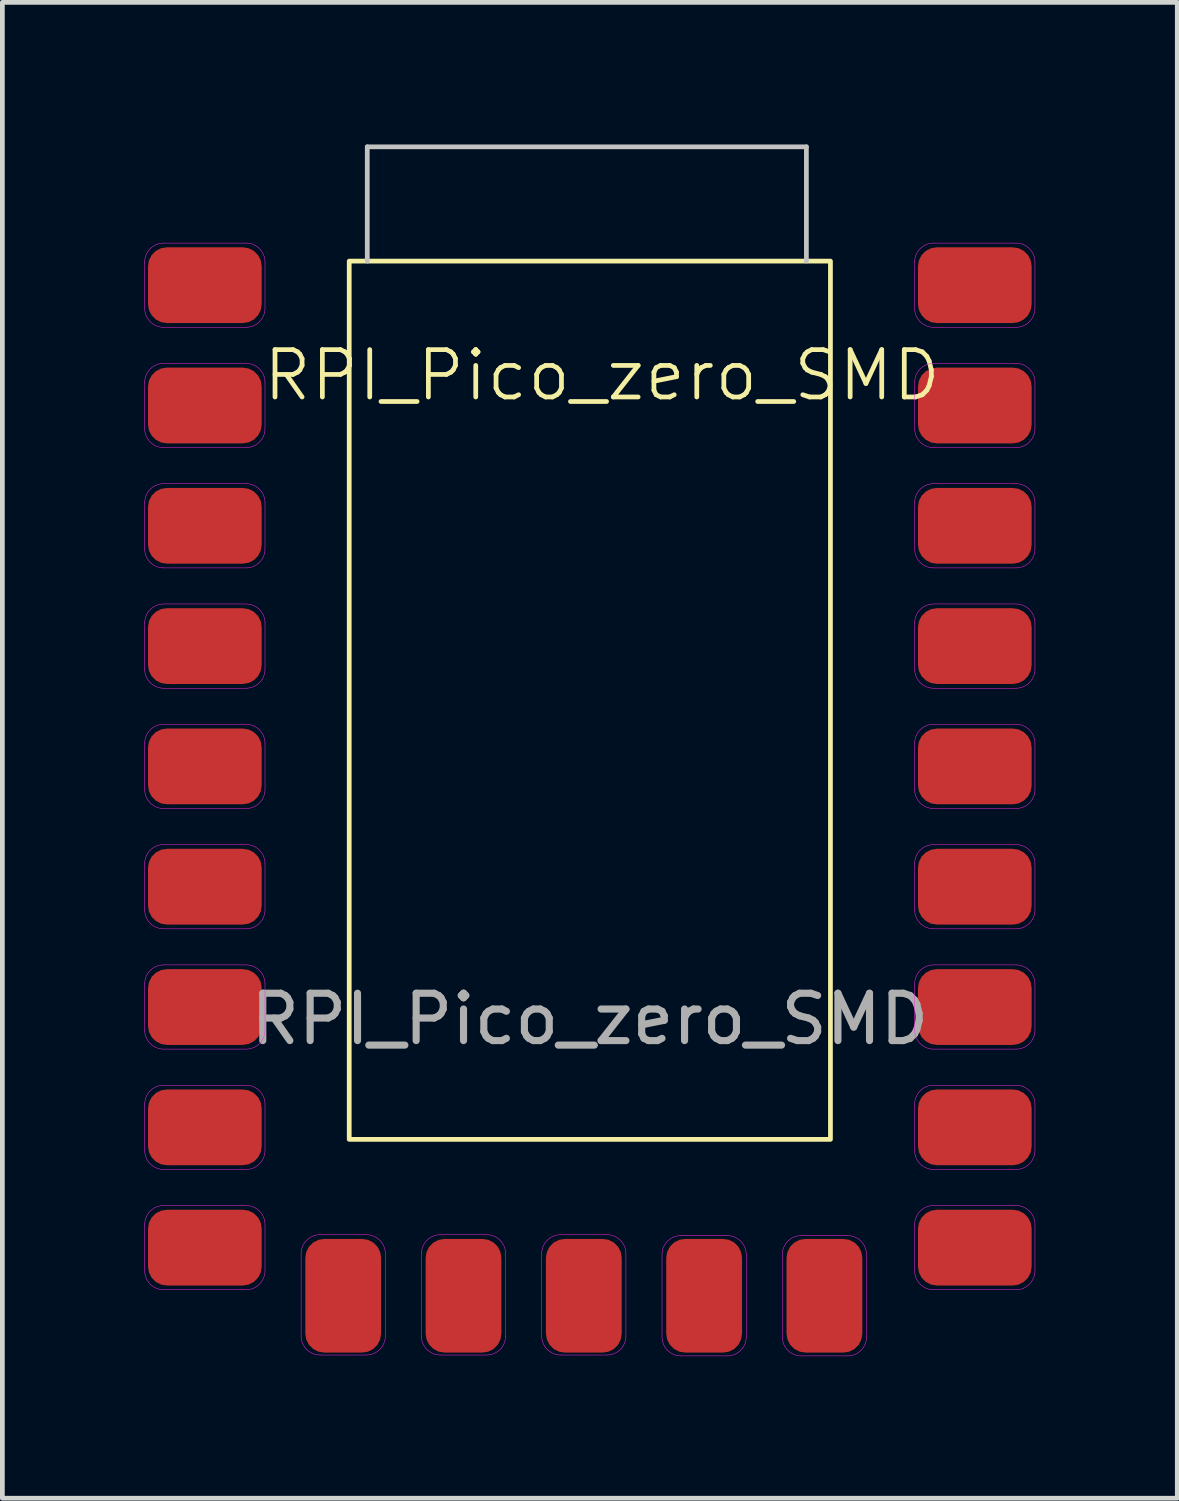
<source format=kicad_pcb>
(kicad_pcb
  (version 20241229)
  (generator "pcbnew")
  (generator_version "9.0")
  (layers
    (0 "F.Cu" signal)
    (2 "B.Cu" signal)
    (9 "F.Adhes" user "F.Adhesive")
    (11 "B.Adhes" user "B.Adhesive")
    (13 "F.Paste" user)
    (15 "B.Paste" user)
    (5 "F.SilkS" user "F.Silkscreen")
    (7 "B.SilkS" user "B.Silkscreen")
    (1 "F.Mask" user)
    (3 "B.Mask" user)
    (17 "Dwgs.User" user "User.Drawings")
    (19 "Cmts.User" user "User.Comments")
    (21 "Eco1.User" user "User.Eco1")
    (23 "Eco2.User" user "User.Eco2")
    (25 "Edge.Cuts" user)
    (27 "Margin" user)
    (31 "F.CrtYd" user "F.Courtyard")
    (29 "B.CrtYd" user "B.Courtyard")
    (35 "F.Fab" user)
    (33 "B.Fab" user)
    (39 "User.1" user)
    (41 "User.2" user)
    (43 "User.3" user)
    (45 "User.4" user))
  (footprint "RPI_Pico_zero_SMD"
    (layer "F.Cu")
    (at 9.403 13.385)
    (property "Reference" "RPI_Pico_zero_SMD" (at 0.258 -8.511 0) (unlocked yes) (layer "F.SilkS") (effects (font (size 1 1) (thickness 0.1))))
    (attr smd)
    (fp_rect (start -5.08 -10.922) (end 5.08 7.62) (stroke (width 0.1) (type default)) (fill no) (layer "F.SilkS"))
    (fp_line (start -4.699 -13.335) (end -4.699 -10.922) (stroke (width 0.1) (type default)) (layer "Dwgs.User"))
    (fp_line (start 4.572 -13.335) (end -4.699 -13.335) (stroke (width 0.1) (type default)) (layer "Dwgs.User"))
    (fp_line (start 4.572 -13.335) (end 4.572 -10.922) (stroke (width 0.1) (type default)) (layer "Dwgs.User"))
    (fp_line (start -9.398 -9.925) (end -9.398 -10.903) (stroke (width 0.01) (type default)) (layer "F.CrtYd"))
    (fp_line (start -9.398 -7.385) (end -9.398 -8.363) (stroke (width 0.01) (type default)) (layer "F.CrtYd"))
    (fp_line (start -9.398 -4.845) (end -9.398 -5.823) (stroke (width 0.01) (type default)) (layer "F.CrtYd"))
    (fp_line (start -9.398 -2.305) (end -9.398 -3.283) (stroke (width 0.01) (type default)) (layer "F.CrtYd"))
    (fp_line (start -9.398 0.235) (end -9.398 -0.743) (stroke (width 0.01) (type default)) (layer "F.CrtYd"))
    (fp_line (start -9.398 2.775) (end -9.398 1.797) (stroke (width 0.01) (type default)) (layer "F.CrtYd"))
    (fp_line (start -9.398 5.315) (end -9.398 4.337) (stroke (width 0.01) (type default)) (layer "F.CrtYd"))
    (fp_line (start -9.398 7.855) (end -9.398 6.877) (stroke (width 0.01) (type default)) (layer "F.CrtYd"))
    (fp_line (start -9.398 10.395) (end -9.398 9.417) (stroke (width 0.01) (type default)) (layer "F.CrtYd"))
    (fp_line (start -8.998 -11.303) (end -7.258 -11.303) (stroke (width 0.01) (type default)) (layer "F.CrtYd"))
    (fp_line (start -8.998 -8.763) (end -7.258 -8.763) (stroke (width 0.01) (type default)) (layer "F.CrtYd"))
    (fp_line (start -8.998 -6.223) (end -7.258 -6.223) (stroke (width 0.01) (type default)) (layer "F.CrtYd"))
    (fp_line (start -8.998 -3.683) (end -7.258 -3.683) (stroke (width 0.01) (type default)) (layer "F.CrtYd"))
    (fp_line (start -8.998 -1.143) (end -7.258 -1.143) (stroke (width 0.01) (type default)) (layer "F.CrtYd"))
    (fp_line (start -8.998 1.397) (end -7.258 1.397) (stroke (width 0.01) (type default)) (layer "F.CrtYd"))
    (fp_line (start -8.998 3.937) (end -7.258 3.937) (stroke (width 0.01) (type default)) (layer "F.CrtYd"))
    (fp_line (start -8.998 6.477) (end -7.258 6.477) (stroke (width 0.01) (type default)) (layer "F.CrtYd"))
    (fp_line (start -8.998 9.017) (end -7.258 9.017) (stroke (width 0.01) (type default)) (layer "F.CrtYd"))
    (fp_line (start -7.258 -9.525) (end -8.998 -9.525) (stroke (width 0.01) (type default)) (layer "F.CrtYd"))
    (fp_line (start -7.258 -6.985) (end -8.998 -6.985) (stroke (width 0.01) (type default)) (layer "F.CrtYd"))
    (fp_line (start -7.258 -4.445) (end -8.998 -4.445) (stroke (width 0.01) (type default)) (layer "F.CrtYd"))
    (fp_line (start -7.258 -1.905) (end -8.998 -1.905) (stroke (width 0.01) (type default)) (layer "F.CrtYd"))
    (fp_line (start -7.258 0.635) (end -8.998 0.635) (stroke (width 0.01) (type default)) (layer "F.CrtYd"))
    (fp_line (start -7.258 3.175) (end -8.998 3.175) (stroke (width 0.01) (type default)) (layer "F.CrtYd"))
    (fp_line (start -7.258 5.715) (end -8.998 5.715) (stroke (width 0.01) (type default)) (layer "F.CrtYd"))
    (fp_line (start -7.258 8.255) (end -8.998 8.255) (stroke (width 0.01) (type default)) (layer "F.CrtYd"))
    (fp_line (start -7.258 10.795) (end -8.998 10.795) (stroke (width 0.01) (type default)) (layer "F.CrtYd"))
    (fp_line (start -6.858 -10.903) (end -6.858 -9.925) (stroke (width 0.01) (type default)) (layer "F.CrtYd"))
    (fp_line (start -6.858 -8.363) (end -6.858 -7.385) (stroke (width 0.01) (type default)) (layer "F.CrtYd"))
    (fp_line (start -6.858 -5.823) (end -6.858 -4.845) (stroke (width 0.01) (type default)) (layer "F.CrtYd"))
    (fp_line (start -6.858 -3.283) (end -6.858 -2.305) (stroke (width 0.01) (type default)) (layer "F.CrtYd"))
    (fp_line (start -6.858 -0.743) (end -6.858 0.235) (stroke (width 0.01) (type default)) (layer "F.CrtYd"))
    (fp_line (start -6.858 1.797) (end -6.858 2.775) (stroke (width 0.01) (type default)) (layer "F.CrtYd"))
    (fp_line (start -6.858 4.337) (end -6.858 5.315) (stroke (width 0.01) (type default)) (layer "F.CrtYd"))
    (fp_line (start -6.858 6.877) (end -6.858 7.855) (stroke (width 0.01) (type default)) (layer "F.CrtYd"))
    (fp_line (start -6.858 9.417) (end -6.858 10.395) (stroke (width 0.01) (type default)) (layer "F.CrtYd"))
    (fp_line (start -6.096 11.773) (end -6.096 10.033) (stroke (width 0.01) (type default)) (layer "F.CrtYd"))
    (fp_line (start -5.696 9.633) (end -4.718 9.633) (stroke (width 0.01) (type default)) (layer "F.CrtYd"))
    (fp_line (start -4.718 12.173) (end -5.696 12.173) (stroke (width 0.01) (type default)) (layer "F.CrtYd"))
    (fp_line (start -4.318 10.033) (end -4.318 11.773) (stroke (width 0.01) (type default)) (layer "F.CrtYd"))
    (fp_line (start -3.556 11.773) (end -3.556 10.033) (stroke (width 0.01) (type default)) (layer "F.CrtYd"))
    (fp_line (start -3.156 9.633) (end -2.178 9.633) (stroke (width 0.01) (type default)) (layer "F.CrtYd"))
    (fp_line (start -2.178 12.173) (end -3.156 12.173) (stroke (width 0.01) (type default)) (layer "F.CrtYd"))
    (fp_line (start -1.778 10.033) (end -1.778 11.773) (stroke (width 0.01) (type default)) (layer "F.CrtYd"))
    (fp_line (start -1.016 11.773) (end -1.016 10.033) (stroke (width 0.01) (type default)) (layer "F.CrtYd"))
    (fp_line (start -0.616 9.633) (end 0.362 9.633) (stroke (width 0.01) (type default)) (layer "F.CrtYd"))
    (fp_line (start 0.362 12.173) (end -0.616 12.173) (stroke (width 0.01) (type default)) (layer "F.CrtYd"))
    (fp_line (start 0.762 10.033) (end 0.762 11.773) (stroke (width 0.01) (type default)) (layer "F.CrtYd"))
    (fp_line (start 1.524 11.792) (end 1.524 10.052) (stroke (width 0.01) (type default)) (layer "F.CrtYd"))
    (fp_line (start 1.924 9.652) (end 2.902 9.652) (stroke (width 0.01) (type default)) (layer "F.CrtYd"))
    (fp_line (start 2.902 12.192) (end 1.924 12.192) (stroke (width 0.01) (type default)) (layer "F.CrtYd"))
    (fp_line (start 3.302 10.052) (end 3.302 11.792) (stroke (width 0.01) (type default)) (layer "F.CrtYd"))
    (fp_line (start 4.064 11.792) (end 4.064 10.052) (stroke (width 0.01) (type default)) (layer "F.CrtYd"))
    (fp_line (start 4.464 9.652) (end 5.442 9.652) (stroke (width 0.01) (type default)) (layer "F.CrtYd"))
    (fp_line (start 5.442 12.192) (end 4.464 12.192) (stroke (width 0.01) (type default)) (layer "F.CrtYd"))
    (fp_line (start 5.842 10.052) (end 5.842 11.792) (stroke (width 0.01) (type default)) (layer "F.CrtYd"))
    (fp_line (start 6.858 -9.925) (end 6.858 -10.903) (stroke (width 0.01) (type default)) (layer "F.CrtYd"))
    (fp_line (start 6.858 -7.385) (end 6.858 -8.363) (stroke (width 0.01) (type default)) (layer "F.CrtYd"))
    (fp_line (start 6.858 -4.845) (end 6.858 -5.823) (stroke (width 0.01) (type default)) (layer "F.CrtYd"))
    (fp_line (start 6.858 -2.305) (end 6.858 -3.283) (stroke (width 0.01) (type default)) (layer "F.CrtYd"))
    (fp_line (start 6.858 0.235) (end 6.858 -0.743) (stroke (width 0.01) (type default)) (layer "F.CrtYd"))
    (fp_line (start 6.858 2.775) (end 6.858 1.797) (stroke (width 0.01) (type default)) (layer "F.CrtYd"))
    (fp_line (start 6.858 5.315) (end 6.858 4.337) (stroke (width 0.01) (type default)) (layer "F.CrtYd"))
    (fp_line (start 6.858 7.855) (end 6.858 6.877) (stroke (width 0.01) (type default)) (layer "F.CrtYd"))
    (fp_line (start 6.858 10.395) (end 6.858 9.417) (stroke (width 0.01) (type default)) (layer "F.CrtYd"))
    (fp_line (start 7.258 -11.303) (end 8.998 -11.303) (stroke (width 0.01) (type default)) (layer "F.CrtYd"))
    (fp_line (start 7.258 -8.763) (end 8.998 -8.763) (stroke (width 0.01) (type default)) (layer "F.CrtYd"))
    (fp_line (start 7.258 -6.223) (end 8.998 -6.223) (stroke (width 0.01) (type default)) (layer "F.CrtYd"))
    (fp_line (start 7.258 -3.683) (end 8.998 -3.683) (stroke (width 0.01) (type default)) (layer "F.CrtYd"))
    (fp_line (start 7.258 -1.143) (end 8.998 -1.143) (stroke (width 0.01) (type default)) (layer "F.CrtYd"))
    (fp_line (start 7.258 1.397) (end 8.998 1.397) (stroke (width 0.01) (type default)) (layer "F.CrtYd"))
    (fp_line (start 7.258 3.937) (end 8.998 3.937) (stroke (width 0.01) (type default)) (layer "F.CrtYd"))
    (fp_line (start 7.258 6.477) (end 8.998 6.477) (stroke (width 0.01) (type default)) (layer "F.CrtYd"))
    (fp_line (start 7.258 9.017) (end 8.998 9.017) (stroke (width 0.01) (type default)) (layer "F.CrtYd"))
    (fp_line (start 8.998 -9.525) (end 7.258 -9.525) (stroke (width 0.01) (type default)) (layer "F.CrtYd"))
    (fp_line (start 8.998 -6.985) (end 7.258 -6.985) (stroke (width 0.01) (type default)) (layer "F.CrtYd"))
    (fp_line (start 8.998 -4.445) (end 7.258 -4.445) (stroke (width 0.01) (type default)) (layer "F.CrtYd"))
    (fp_line (start 8.998 -1.905) (end 7.258 -1.905) (stroke (width 0.01) (type default)) (layer "F.CrtYd"))
    (fp_line (start 8.998 0.635) (end 7.258 0.635) (stroke (width 0.01) (type default)) (layer "F.CrtYd"))
    (fp_line (start 8.998 3.175) (end 7.258 3.175) (stroke (width 0.01) (type default)) (layer "F.CrtYd"))
    (fp_line (start 8.998 5.715) (end 7.258 5.715) (stroke (width 0.01) (type default)) (layer "F.CrtYd"))
    (fp_line (start 8.998 8.255) (end 7.258 8.255) (stroke (width 0.01) (type default)) (layer "F.CrtYd"))
    (fp_line (start 8.998 10.795) (end 7.258 10.795) (stroke (width 0.01) (type default)) (layer "F.CrtYd"))
    (fp_line (start 9.398 -10.903) (end 9.398 -9.925) (stroke (width 0.01) (type default)) (layer "F.CrtYd"))
    (fp_line (start 9.398 -8.363) (end 9.398 -7.385) (stroke (width 0.01) (type default)) (layer "F.CrtYd"))
    (fp_line (start 9.398 -5.823) (end 9.398 -4.845) (stroke (width 0.01) (type default)) (layer "F.CrtYd"))
    (fp_line (start 9.398 -3.283) (end 9.398 -2.305) (stroke (width 0.01) (type default)) (layer "F.CrtYd"))
    (fp_line (start 9.398 -0.743) (end 9.398 0.235) (stroke (width 0.01) (type default)) (layer "F.CrtYd"))
    (fp_line (start 9.398 1.797) (end 9.398 2.775) (stroke (width 0.01) (type default)) (layer "F.CrtYd"))
    (fp_line (start 9.398 4.337) (end 9.398 5.315) (stroke (width 0.01) (type default)) (layer "F.CrtYd"))
    (fp_line (start 9.398 6.877) (end 9.398 7.855) (stroke (width 0.01) (type default)) (layer "F.CrtYd"))
    (fp_line (start 9.398 9.417) (end 9.398 10.395) (stroke (width 0.01) (type default)) (layer "F.CrtYd"))
    (fp_arc (start -9.398 -10.903) (mid -9.280843 -11.185843) (end -8.998 -11.303) (stroke (width 0.01) (type default)) (layer "F.CrtYd"))
    (fp_arc (start -9.398 -8.363) (mid -9.280843 -8.645843) (end -8.998 -8.763) (stroke (width 0.01) (type default)) (layer "F.CrtYd"))
    (fp_arc (start -9.398 -5.823) (mid -9.280843 -6.105843) (end -8.998 -6.223) (stroke (width 0.01) (type default)) (layer "F.CrtYd"))
    (fp_arc (start -9.398 -3.283) (mid -9.280843 -3.565843) (end -8.998 -3.683) (stroke (width 0.01) (type default)) (layer "F.CrtYd"))
    (fp_arc (start -9.398 -0.743) (mid -9.280843 -1.025843) (end -8.998 -1.143) (stroke (width 0.01) (type default)) (layer "F.CrtYd"))
    (fp_arc (start -9.398 1.797) (mid -9.280843 1.514157) (end -8.998 1.397) (stroke (width 0.01) (type default)) (layer "F.CrtYd"))
    (fp_arc (start -9.398 4.337) (mid -9.280843 4.054157) (end -8.998 3.937) (stroke (width 0.01) (type default)) (layer "F.CrtYd"))
    (fp_arc (start -9.398 6.877) (mid -9.280843 6.594157) (end -8.998 6.477) (stroke (width 0.01) (type default)) (layer "F.CrtYd"))
    (fp_arc (start -9.398 9.417) (mid -9.280843 9.134157) (end -8.998 9.017) (stroke (width 0.01) (type default)) (layer "F.CrtYd"))
    (fp_arc (start -8.998 -9.525) (mid -9.280843 -9.642157) (end -9.398 -9.925) (stroke (width 0.01) (type default)) (layer "F.CrtYd"))
    (fp_arc (start -8.998 -6.985) (mid -9.280843 -7.102157) (end -9.398 -7.385) (stroke (width 0.01) (type default)) (layer "F.CrtYd"))
    (fp_arc (start -8.998 -4.445) (mid -9.280843 -4.562157) (end -9.398 -4.845) (stroke (width 0.01) (type default)) (layer "F.CrtYd"))
    (fp_arc (start -8.998 -1.905) (mid -9.280843 -2.022157) (end -9.398 -2.305) (stroke (width 0.01) (type default)) (layer "F.CrtYd"))
    (fp_arc (start -8.998 0.635) (mid -9.280843 0.517843) (end -9.398 0.235) (stroke (width 0.01) (type default)) (layer "F.CrtYd"))
    (fp_arc (start -8.998 3.175) (mid -9.280843 3.057843) (end -9.398 2.775) (stroke (width 0.01) (type default)) (layer "F.CrtYd"))
    (fp_arc (start -8.998 5.715) (mid -9.280843 5.597843) (end -9.398 5.315) (stroke (width 0.01) (type default)) (layer "F.CrtYd"))
    (fp_arc (start -8.998 8.255) (mid -9.280843 8.137843) (end -9.398 7.855) (stroke (width 0.01) (type default)) (layer "F.CrtYd"))
    (fp_arc (start -8.998 10.795) (mid -9.280843 10.677843) (end -9.398 10.395) (stroke (width 0.01) (type default)) (layer "F.CrtYd"))
    (fp_arc (start -7.258 -11.303) (mid -6.975157 -11.185843) (end -6.858 -10.903) (stroke (width 0.01) (type default)) (layer "F.CrtYd"))
    (fp_arc (start -7.258 -8.763) (mid -6.975157 -8.645843) (end -6.858 -8.363) (stroke (width 0.01) (type default)) (layer "F.CrtYd"))
    (fp_arc (start -7.258 -6.223) (mid -6.975157 -6.105843) (end -6.858 -5.823) (stroke (width 0.01) (type default)) (layer "F.CrtYd"))
    (fp_arc (start -7.258 -3.683) (mid -6.975157 -3.565843) (end -6.858 -3.283) (stroke (width 0.01) (type default)) (layer "F.CrtYd"))
    (fp_arc (start -7.258 -1.143) (mid -6.975157 -1.025843) (end -6.858 -0.743) (stroke (width 0.01) (type default)) (layer "F.CrtYd"))
    (fp_arc (start -7.258 1.397) (mid -6.975157 1.514157) (end -6.858 1.797) (stroke (width 0.01) (type default)) (layer "F.CrtYd"))
    (fp_arc (start -7.258 3.937) (mid -6.975157 4.054157) (end -6.858 4.337) (stroke (width 0.01) (type default)) (layer "F.CrtYd"))
    (fp_arc (start -7.258 6.477) (mid -6.975157 6.594157) (end -6.858 6.877) (stroke (width 0.01) (type default)) (layer "F.CrtYd"))
    (fp_arc (start -7.258 9.017) (mid -6.975157 9.134157) (end -6.858 9.417) (stroke (width 0.01) (type default)) (layer "F.CrtYd"))
    (fp_arc (start -6.858 -9.925) (mid -6.975157 -9.642157) (end -7.258 -9.525) (stroke (width 0.01) (type default)) (layer "F.CrtYd"))
    (fp_arc (start -6.858 -7.385) (mid -6.975157 -7.102157) (end -7.258 -6.985) (stroke (width 0.01) (type default)) (layer "F.CrtYd"))
    (fp_arc (start -6.858 -4.845) (mid -6.975157 -4.562157) (end -7.258 -4.445) (stroke (width 0.01) (type default)) (layer "F.CrtYd"))
    (fp_arc (start -6.858 -2.305) (mid -6.975157 -2.022157) (end -7.258 -1.905) (stroke (width 0.01) (type default)) (layer "F.CrtYd"))
    (fp_arc (start -6.858 0.235) (mid -6.975157 0.517843) (end -7.258 0.635) (stroke (width 0.01) (type default)) (layer "F.CrtYd"))
    (fp_arc (start -6.858 2.775) (mid -6.975157 3.057843) (end -7.258 3.175) (stroke (width 0.01) (type default)) (layer "F.CrtYd"))
    (fp_arc (start -6.858 5.315) (mid -6.975157 5.597843) (end -7.258 5.715) (stroke (width 0.01) (type default)) (layer "F.CrtYd"))
    (fp_arc (start -6.858 7.855) (mid -6.975157 8.137843) (end -7.258 8.255) (stroke (width 0.01) (type default)) (layer "F.CrtYd"))
    (fp_arc (start -6.858 10.395) (mid -6.975157 10.677843) (end -7.258 10.795) (stroke (width 0.01) (type default)) (layer "F.CrtYd"))
    (fp_arc (start -6.096 10.033) (mid -5.978843 9.750157) (end -5.696 9.633) (stroke (width 0.01) (type default)) (layer "F.CrtYd"))
    (fp_arc (start -5.696 12.173) (mid -5.978843 12.055843) (end -6.096 11.773) (stroke (width 0.01) (type default)) (layer "F.CrtYd"))
    (fp_arc (start -4.718 9.633) (mid -4.435157 9.750157) (end -4.318 10.033) (stroke (width 0.01) (type default)) (layer "F.CrtYd"))
    (fp_arc (start -4.318 11.773) (mid -4.435157 12.055843) (end -4.718 12.173) (stroke (width 0.01) (type default)) (layer "F.CrtYd"))
    (fp_arc (start -3.556 10.033) (mid -3.438843 9.750157) (end -3.156 9.633) (stroke (width 0.01) (type default)) (layer "F.CrtYd"))
    (fp_arc (start -3.156 12.173) (mid -3.438843 12.055843) (end -3.556 11.773) (stroke (width 0.01) (type default)) (layer "F.CrtYd"))
    (fp_arc (start -2.178 9.633) (mid -1.895157 9.750157) (end -1.778 10.033) (stroke (width 0.01) (type default)) (layer "F.CrtYd"))
    (fp_arc (start -1.778 11.773) (mid -1.895157 12.055843) (end -2.178 12.173) (stroke (width 0.01) (type default)) (layer "F.CrtYd"))
    (fp_arc (start -1.016 10.033) (mid -0.898843 9.750157) (end -0.616 9.633) (stroke (width 0.01) (type default)) (layer "F.CrtYd"))
    (fp_arc (start -0.616 12.173) (mid -0.898843 12.055843) (end -1.016 11.773) (stroke (width 0.01) (type default)) (layer "F.CrtYd"))
    (fp_arc (start 0.362 9.633) (mid 0.644843 9.750157) (end 0.762 10.033) (stroke (width 0.01) (type default)) (layer "F.CrtYd"))
    (fp_arc (start 0.762 11.773) (mid 0.644843 12.055843) (end 0.362 12.173) (stroke (width 0.01) (type default)) (layer "F.CrtYd"))
    (fp_arc (start 1.524 10.052) (mid 1.641157 9.769157) (end 1.924 9.652) (stroke (width 0.01) (type default)) (layer "F.CrtYd"))
    (fp_arc (start 1.924 12.192) (mid 1.641157 12.074843) (end 1.524 11.792) (stroke (width 0.01) (type default)) (layer "F.CrtYd"))
    (fp_arc (start 2.902 9.652) (mid 3.184843 9.769157) (end 3.302 10.052) (stroke (width 0.01) (type default)) (layer "F.CrtYd"))
    (fp_arc (start 3.302 11.792) (mid 3.184843 12.074843) (end 2.902 12.192) (stroke (width 0.01) (type default)) (layer "F.CrtYd"))
    (fp_arc (start 4.064 10.052) (mid 4.181157 9.769157) (end 4.464 9.652) (stroke (width 0.01) (type default)) (layer "F.CrtYd"))
    (fp_arc (start 4.464 12.192) (mid 4.181157 12.074843) (end 4.064 11.792) (stroke (width 0.01) (type default)) (layer "F.CrtYd"))
    (fp_arc (start 5.442 9.652) (mid 5.724843 9.769157) (end 5.842 10.052) (stroke (width 0.01) (type default)) (layer "F.CrtYd"))
    (fp_arc (start 5.842 11.792) (mid 5.724843 12.074843) (end 5.442 12.192) (stroke (width 0.01) (type default)) (layer "F.CrtYd"))
    (fp_arc (start 6.858 -10.903) (mid 6.975157 -11.185843) (end 7.258 -11.303) (stroke (width 0.01) (type default)) (layer "F.CrtYd"))
    (fp_arc (start 6.858 -8.363) (mid 6.975157 -8.645843) (end 7.258 -8.763) (stroke (width 0.01) (type default)) (layer "F.CrtYd"))
    (fp_arc (start 6.858 -5.823) (mid 6.975157 -6.105843) (end 7.258 -6.223) (stroke (width 0.01) (type default)) (layer "F.CrtYd"))
    (fp_arc (start 6.858 -3.283) (mid 6.975157 -3.565843) (end 7.258 -3.683) (stroke (width 0.01) (type default)) (layer "F.CrtYd"))
    (fp_arc (start 6.858 -0.743) (mid 6.975157 -1.025843) (end 7.258 -1.143) (stroke (width 0.01) (type default)) (layer "F.CrtYd"))
    (fp_arc (start 6.858 1.797) (mid 6.975157 1.514157) (end 7.258 1.397) (stroke (width 0.01) (type default)) (layer "F.CrtYd"))
    (fp_arc (start 6.858 4.337) (mid 6.975157 4.054157) (end 7.258 3.937) (stroke (width 0.01) (type default)) (layer "F.CrtYd"))
    (fp_arc (start 6.858 6.877) (mid 6.975157 6.594157) (end 7.258 6.477) (stroke (width 0.01) (type default)) (layer "F.CrtYd"))
    (fp_arc (start 6.858 9.417) (mid 6.975157 9.134157) (end 7.258 9.017) (stroke (width 0.01) (type default)) (layer "F.CrtYd"))
    (fp_arc (start 7.258 -9.525) (mid 6.975157 -9.642157) (end 6.858 -9.925) (stroke (width 0.01) (type default)) (layer "F.CrtYd"))
    (fp_arc (start 7.258 -6.985) (mid 6.975157 -7.102157) (end 6.858 -7.385) (stroke (width 0.01) (type default)) (layer "F.CrtYd"))
    (fp_arc (start 7.258 -4.445) (mid 6.975157 -4.562157) (end 6.858 -4.845) (stroke (width 0.01) (type default)) (layer "F.CrtYd"))
    (fp_arc (start 7.258 -1.905) (mid 6.975157 -2.022157) (end 6.858 -2.305) (stroke (width 0.01) (type default)) (layer "F.CrtYd"))
    (fp_arc (start 7.258 0.635) (mid 6.975157 0.517843) (end 6.858 0.235) (stroke (width 0.01) (type default)) (layer "F.CrtYd"))
    (fp_arc (start 7.258 3.175) (mid 6.975157 3.057843) (end 6.858 2.775) (stroke (width 0.01) (type default)) (layer "F.CrtYd"))
    (fp_arc (start 7.258 5.715) (mid 6.975157 5.597843) (end 6.858 5.315) (stroke (width 0.01) (type default)) (layer "F.CrtYd"))
    (fp_arc (start 7.258 8.255) (mid 6.975157 8.137843) (end 6.858 7.855) (stroke (width 0.01) (type default)) (layer "F.CrtYd"))
    (fp_arc (start 7.258 10.795) (mid 6.975157 10.677843) (end 6.858 10.395) (stroke (width 0.01) (type default)) (layer "F.CrtYd"))
    (fp_arc (start 8.998 -11.303) (mid 9.280843 -11.185843) (end 9.398 -10.903) (stroke (width 0.01) (type default)) (layer "F.CrtYd"))
    (fp_arc (start 8.998 -8.763) (mid 9.280843 -8.645843) (end 9.398 -8.363) (stroke (width 0.01) (type default)) (layer "F.CrtYd"))
    (fp_arc (start 8.998 -6.223) (mid 9.280843 -6.105843) (end 9.398 -5.823) (stroke (width 0.01) (type default)) (layer "F.CrtYd"))
    (fp_arc (start 8.998 -3.683) (mid 9.280843 -3.565843) (end 9.398 -3.283) (stroke (width 0.01) (type default)) (layer "F.CrtYd"))
    (fp_arc (start 8.998 -1.143) (mid 9.280843 -1.025843) (end 9.398 -0.743) (stroke (width 0.01) (type default)) (layer "F.CrtYd"))
    (fp_arc (start 8.998 1.397) (mid 9.280843 1.514157) (end 9.398 1.797) (stroke (width 0.01) (type default)) (layer "F.CrtYd"))
    (fp_arc (start 8.998 3.937) (mid 9.280843 4.054157) (end 9.398 4.337) (stroke (width 0.01) (type default)) (layer "F.CrtYd"))
    (fp_arc (start 8.998 6.477) (mid 9.280843 6.594157) (end 9.398 6.877) (stroke (width 0.01) (type default)) (layer "F.CrtYd"))
    (fp_arc (start 8.998 9.017) (mid 9.280843 9.134157) (end 9.398 9.417) (stroke (width 0.01) (type default)) (layer "F.CrtYd"))
    (fp_arc (start 9.398 -9.925) (mid 9.280843 -9.642157) (end 8.998 -9.525) (stroke (width 0.01) (type default)) (layer "F.CrtYd"))
    (fp_arc (start 9.398 -7.385) (mid 9.280843 -7.102157) (end 8.998 -6.985) (stroke (width 0.01) (type default)) (layer "F.CrtYd"))
    (fp_arc (start 9.398 -4.845) (mid 9.280843 -4.562157) (end 8.998 -4.445) (stroke (width 0.01) (type default)) (layer "F.CrtYd"))
    (fp_arc (start 9.398 -2.305) (mid 9.280843 -2.022157) (end 8.998 -1.905) (stroke (width 0.01) (type default)) (layer "F.CrtYd"))
    (fp_arc (start 9.398 0.235) (mid 9.280843 0.517843) (end 8.998 0.635) (stroke (width 0.01) (type default)) (layer "F.CrtYd"))
    (fp_arc (start 9.398 2.775) (mid 9.280843 3.057843) (end 8.998 3.175) (stroke (width 0.01) (type default)) (layer "F.CrtYd"))
    (fp_arc (start 9.398 5.315) (mid 9.280843 5.597843) (end 8.998 5.715) (stroke (width 0.01) (type default)) (layer "F.CrtYd"))
    (fp_arc (start 9.398 7.855) (mid 9.280843 8.137843) (end 8.998 8.255) (stroke (width 0.01) (type default)) (layer "F.CrtYd"))
    (fp_arc (start 9.398 10.395) (mid 9.280843 10.677843) (end 8.998 10.795) (stroke (width 0.01) (type default)) (layer "F.CrtYd"))
    (fp_text user "${REFERENCE}" (at 0 5.08 0) (unlocked yes) (layer "F.Fab") (effects (font (size 1 1) (thickness 0.15))))
    (pad "0" smd roundrect (at 8.128 -10.414) (size 2.4 1.6) (layers "F.Cu" "F.Mask" "F.Paste") (roundrect_rratio 0.25))
    (pad "1" smd roundrect (at 8.128 -7.874) (size 2.4 1.6) (layers "F.Cu" "F.Mask" "F.Paste") (roundrect_rratio 0.25))
    (pad "2" smd roundrect (at 8.128 -5.334) (size 2.4 1.6) (layers "F.Cu" "F.Mask" "F.Paste") (roundrect_rratio 0.25))
    (pad "3" smd roundrect (at 8.128 -2.794) (size 2.4 1.6) (layers "F.Cu" "F.Mask" "F.Paste") (roundrect_rratio 0.25))
    (pad "4" smd roundrect (at 8.128 -0.254) (size 2.4 1.6) (layers "F.Cu" "F.Mask" "F.Paste") (roundrect_rratio 0.25))
    (pad "5" smd roundrect (at 8.128 2.286) (size 2.4 1.6) (layers "F.Cu" "F.Mask" "F.Paste") (roundrect_rratio 0.25))
    (pad "6" smd roundrect (at 8.128 4.826) (size 2.4 1.6) (layers "F.Cu" "F.Mask" "F.Paste") (roundrect_rratio 0.25))
    (pad "7" smd roundrect (at 8.128 7.366) (size 2.4 1.6) (layers "F.Cu" "F.Mask" "F.Paste") (roundrect_rratio 0.25))
    (pad "8" smd roundrect (at 8.128 9.906) (size 2.4 1.6) (layers "F.Cu" "F.Mask" "F.Paste") (roundrect_rratio 0.25))
    (pad "9" smd roundrect (at 4.953 10.922 90) (size 2.4 1.6) (layers "F.Cu" "F.Mask" "F.Paste") (roundrect_rratio 0.25))
    (pad "10" smd roundrect (at 2.413 10.922 90) (size 2.4 1.6) (layers "F.Cu" "F.Mask" "F.Paste") (roundrect_rratio 0.25))
    (pad "11" smd roundrect (at -0.127 10.922 90) (size 2.4 1.6) (layers "F.Cu" "F.Mask" "F.Paste") (roundrect_rratio 0.25))
    (pad "12" smd roundrect (at -2.667 10.922 90) (size 2.4 1.6) (layers "F.Cu" "F.Mask" "F.Paste") (roundrect_rratio 0.25))
    (pad "13" smd roundrect (at -5.207 10.922 90) (size 2.4 1.6) (layers "F.Cu" "F.Mask" "F.Paste") (roundrect_rratio 0.25))
    (pad "14" smd roundrect (at -8.128 9.906) (size 2.4 1.6) (layers "F.Cu" "F.Mask" "F.Paste") (roundrect_rratio 0.25))
    (pad "15" smd roundrect (at -8.128 7.366) (size 2.4 1.6) (layers "F.Cu" "F.Mask" "F.Paste") (roundrect_rratio 0.25))
    (pad "26" smd roundrect (at -8.128 4.826) (size 2.4 1.6) (layers "F.Cu" "F.Mask" "F.Paste") (roundrect_rratio 0.25))
    (pad "27" smd roundrect (at -8.128 2.286) (size 2.4 1.6) (layers "F.Cu" "F.Mask" "F.Paste") (roundrect_rratio 0.25))
    (pad "28" smd roundrect (at -8.128 -0.254) (size 2.4 1.6) (layers "F.Cu" "F.Mask" "F.Paste") (roundrect_rratio 0.25))
    (pad "29" smd roundrect (at -8.128 -2.794) (size 2.4 1.6) (layers "F.Cu" "F.Mask" "F.Paste") (roundrect_rratio 0.25))
    (pad "30" smd roundrect (at -8.128 -5.334) (size 2.4 1.6) (layers "F.Cu" "F.Mask" "F.Paste") (roundrect_rratio 0.25))
    (pad "31" smd roundrect (at -8.128 -7.874) (size 2.4 1.6) (layers "F.Cu" "F.Mask" "F.Paste") (roundrect_rratio 0.25))
    (pad "32" smd roundrect (at -8.128 -10.414) (size 2.4 1.6) (layers "F.Cu" "F.Mask" "F.Paste") (roundrect_rratio 0.25)))
  (gr_rect
    (start -3 -3)
    (end 21.806 28.582)
    (stroke (width 0.1) (type default))
    (fill no)
    (layer "Edge.Cuts")))
</source>
